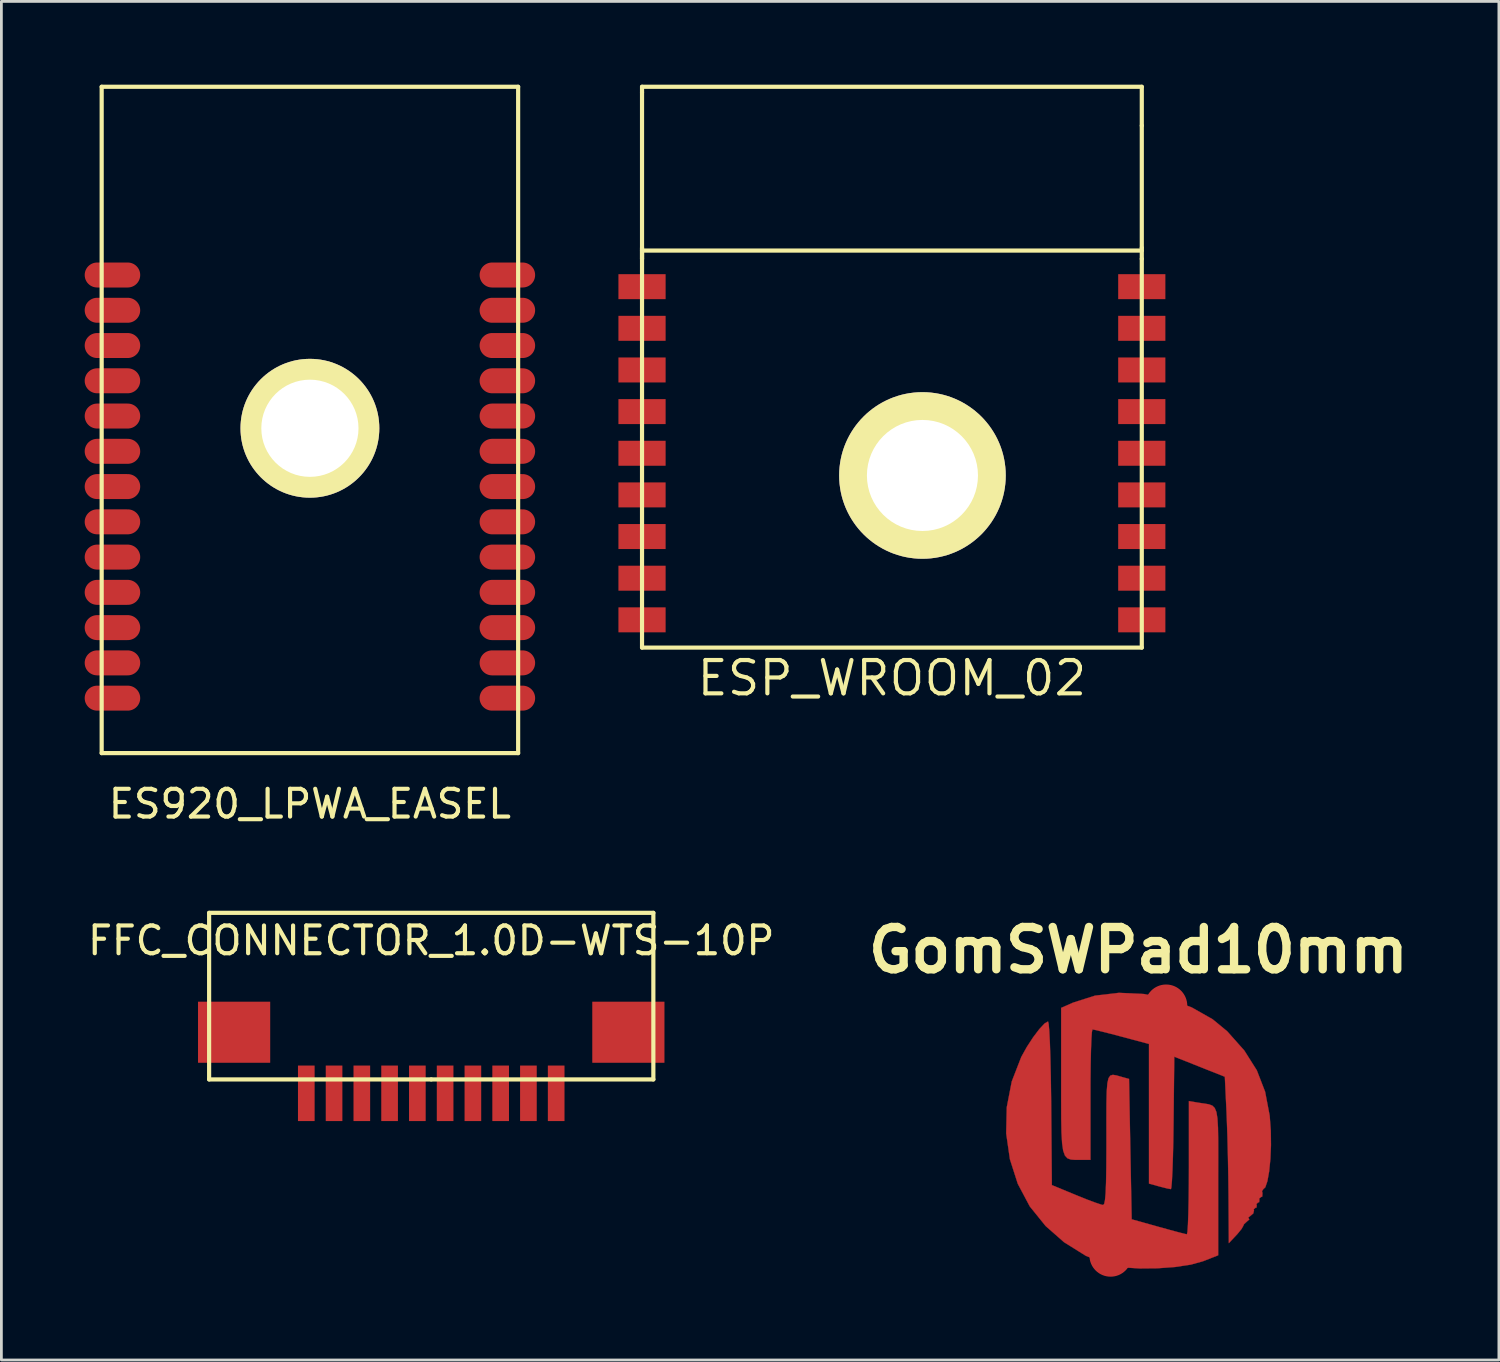
<source format=kicad_pcb>
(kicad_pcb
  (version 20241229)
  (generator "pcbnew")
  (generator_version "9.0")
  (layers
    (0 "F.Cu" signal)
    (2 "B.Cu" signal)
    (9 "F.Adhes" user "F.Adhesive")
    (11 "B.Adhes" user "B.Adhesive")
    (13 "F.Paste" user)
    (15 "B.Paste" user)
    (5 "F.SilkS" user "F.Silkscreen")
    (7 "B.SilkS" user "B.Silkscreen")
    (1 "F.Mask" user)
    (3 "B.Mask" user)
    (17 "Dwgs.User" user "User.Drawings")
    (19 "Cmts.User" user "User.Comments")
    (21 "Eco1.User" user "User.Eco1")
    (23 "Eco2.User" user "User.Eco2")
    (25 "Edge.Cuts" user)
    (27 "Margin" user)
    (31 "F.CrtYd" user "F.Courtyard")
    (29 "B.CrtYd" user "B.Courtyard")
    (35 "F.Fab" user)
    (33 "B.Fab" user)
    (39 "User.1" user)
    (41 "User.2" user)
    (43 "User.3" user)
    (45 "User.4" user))
  (footprint "FFC_CONNECTOR_1.0D-WTS-10P"
    (layer "F.Cu")
    (at 12.482 32.828)
    (property "Reference" "FFC_CONNECTOR_1.0D-WTS-10P" (at 0 -2 0) (layer "F.SilkS") (effects (font (size 1 1) (thickness 0.15))))
    (attr through_hole)
    (fp_line (start -8 -3) (end 8 -3) (stroke (width 0.15) (type solid)) (layer "F.SilkS"))
    (fp_line (start -8 3) (end -8 -3) (stroke (width 0.15) (type solid)) (layer "F.SilkS"))
    (fp_line (start 0 3) (end -8 3) (stroke (width 0.15) (type solid)) (layer "F.SilkS"))
    (fp_line (start 8 -3) (end 8 3) (stroke (width 0.15) (type solid)) (layer "F.SilkS"))
    (fp_line (start 8 3) (end 0 3) (stroke (width 0.15) (type solid)) (layer "F.SilkS"))
    (pad "" smd rect (at -7.1 1.3) (size 2.6 2.2) (layers "F.Cu" "F.Mask" "F.Paste"))
    (pad "" smd rect (at 7.1 1.3) (size 2.6 2.2) (layers "F.Cu" "F.Mask" "F.Paste"))
    (pad "1" smd rect (at 4.5 3.5) (size 0.6 2) (layers "F.Cu" "F.Mask" "F.Paste"))
    (pad "2" smd rect (at 3.5 3.5) (size 0.6 2) (layers "F.Cu" "F.Mask" "F.Paste"))
    (pad "3" smd rect (at 2.5 3.5) (size 0.6 2) (layers "F.Cu" "F.Mask" "F.Paste"))
    (pad "4" smd rect (at 1.5 3.5) (size 0.6 2) (layers "F.Cu" "F.Mask" "F.Paste"))
    (pad "5" smd rect (at 0.5 3.5) (size 0.6 2) (layers "F.Cu" "F.Mask" "F.Paste"))
    (pad "6" smd rect (at -0.5 3.5) (size 0.6 2) (layers "F.Cu" "F.Mask" "F.Paste"))
    (pad "7" smd rect (at -1.5 3.5) (size 0.6 2) (layers "F.Cu" "F.Mask" "F.Paste"))
    (pad "8" smd rect (at -2.5 3.5) (size 0.6 2) (layers "F.Cu" "F.Mask" "F.Paste"))
    (pad "9" smd rect (at -3.5 3.5) (size 0.6 2) (layers "F.Cu" "F.Mask" "F.Paste"))
    (pad "10" smd rect (at -4.5 3.5) (size 0.6 2) (layers "F.Cu" "F.Mask" "F.Paste")))
  (footprint "ESP_WROOM_02"
    (layer "F.Cu")
    (at 29.074 13.275)
    (property "Reference" "ESP_WROOM_02" (at 0 8.1 0) (layer "F.SilkS") (effects (font (size 1.2 1.2) (thickness 0.15))))
    (attr through_hole)
    (fp_line (start -9 -13.2) (end 9 -13.2) (stroke (width 0.15) (type solid)) (layer "F.SilkS"))
    (fp_line (start -9 -13) (end -9 -13.2) (stroke (width 0.15) (type solid)) (layer "F.SilkS"))
    (fp_line (start -9 -7.3) (end 9 -7.3) (stroke (width 0.15) (type solid)) (layer "F.SilkS"))
    (fp_line (start -9 -7) (end -9 -13) (stroke (width 0.15) (type solid)) (layer "F.SilkS"))
    (fp_line (start -9 -7) (end -9 -7.4) (stroke (width 0.15) (type solid)) (layer "F.SilkS"))
    (fp_line (start -9 7) (end -9 -7) (stroke (width 0.15) (type solid)) (layer "F.SilkS"))
    (fp_line (start -9 7) (end 9 7) (stroke (width 0.15) (type solid)) (layer "F.SilkS"))
    (fp_line (start 9 -13.2) (end 9 -11.8) (stroke (width 0.15) (type solid)) (layer "F.SilkS"))
    (fp_line (start 9 -7.4) (end 9 -11.8) (stroke (width 0.15) (type solid)) (layer "F.SilkS"))
    (fp_line (start 9 -7.4) (end 9 -7) (stroke (width 0.15) (type solid)) (layer "F.SilkS"))
    (fp_line (start 9 -7) (end 9 7) (stroke (width 0.15) (type solid)) (layer "F.SilkS"))
    (pad "1" smd rect (at -9 -6 270) (size 0.9 1.7) (layers "F.Cu" "F.Mask" "F.Paste"))
    (pad "2" smd rect (at -9 -4.5 270) (size 0.9 1.7) (layers "F.Cu" "F.Mask" "F.Paste"))
    (pad "3" smd rect (at -9 -3 270) (size 0.9 1.7) (layers "F.Cu" "F.Mask" "F.Paste"))
    (pad "4" smd rect (at -9 -1.5 270) (size 0.9 1.7) (layers "F.Cu" "F.Mask" "F.Paste"))
    (pad "5" smd rect (at -9 0 270) (size 0.9 1.7) (layers "F.Cu" "F.Mask" "F.Paste"))
    (pad "6" smd rect (at -9 1.5 270) (size 0.9 1.7) (layers "F.Cu" "F.Mask" "F.Paste"))
    (pad "7" smd rect (at -9 3 270) (size 0.9 1.7) (layers "F.Cu" "F.Mask" "F.Paste"))
    (pad "8" smd rect (at -9 4.5 270) (size 0.9 1.7) (layers "F.Cu" "F.Mask" "F.Paste"))
    (pad "9" smd rect (at -9 6 270) (size 0.9 1.7) (layers "F.Cu" "F.Mask" "F.Paste"))
    (pad "10" smd rect (at 9 6 270) (size 0.9 1.7) (layers "F.Cu" "F.Mask" "F.Paste"))
    (pad "11" smd rect (at 9 4.5 270) (size 0.9 1.7) (layers "F.Cu" "F.Mask" "F.Paste"))
    (pad "12" smd rect (at 9 3 270) (size 0.9 1.7) (layers "F.Cu" "F.Mask" "F.Paste"))
    (pad "13" smd rect (at 9 1.5 270) (size 0.9 1.7) (layers "F.Cu" "F.Mask" "F.Paste"))
    (pad "14" smd rect (at 9 0 270) (size 0.9 1.7) (layers "F.Cu" "F.Mask" "F.Paste"))
    (pad "15" smd rect (at 9 -1.5 270) (size 0.9 1.7) (layers "F.Cu" "F.Mask" "F.Paste"))
    (pad "16" smd rect (at 9 -3 270) (size 0.9 1.7) (layers "F.Cu" "F.Mask" "F.Paste"))
    (pad "17" smd rect (at 9 -4.5 270) (size 0.9 1.7) (layers "F.Cu" "F.Mask" "F.Paste"))
    (pad "18" smd rect (at 9 -6 270) (size 0.9 1.7) (layers "F.Cu" "F.Mask" "F.Paste"))
    (pad "24" thru_hole circle (at 1.1 0.8) (size 6 6) (drill 4) (layers "*.Cu" "*.Mask" "F.SilkS")))
  (footprint "GomSWPad10mm"
    (layer "F.Cu")
    (at 37.95 37.671)
    (property "Reference" "GomSWPad10mm" (at 0 -6.5 0) (layer "F.SilkS") (effects (font (size 1.524 1.524) (thickness 0.3))))
    (attr through_hole)
    (fp_poly (pts (xy -3.229 -3.837) (xy -3.207 -3.573) (xy -3.186 -3.156) (xy -3.168 -2.608) (xy -3.153 -1.946) (xy -3.142 -1.193) (xy -3.14 -0.984) (xy -3.115 1.963) (xy -2.252 2.32) (xy -1.87 2.474) (xy -1.547 2.595) (xy -1.33 2.667) (xy -1.27 2.68) (xy -1.231 2.639) (xy -1.201 2.5) (xy -1.178 2.247) (xy -1.163 1.86) (xy -1.154 1.324) (xy -1.15 0.62) (xy -1.15 0.335) (xy -1.151 -0.41) (xy -1.149 -0.984) (xy -1.139 -1.408) (xy -1.116 -1.702) (xy -1.075 -1.886) (xy -1.01 -1.981) (xy -0.916 -2.009) (xy -0.789 -1.988) (xy -0.623 -1.941) (xy -0.575 -1.927) (xy -0.335 -1.861) (xy -0.288 0.667) (xy -0.24 3.195) (xy 0.719 3.463) (xy 1.124 3.575) (xy 1.459 3.665) (xy 1.682 3.721) (xy 1.749 3.735) (xy 1.769 3.644) (xy 1.786 3.388) (xy 1.801 2.99) (xy 1.812 2.478) (xy 1.819 1.876) (xy 1.821 1.338) (xy 1.821 -1.063) (xy 2.181 -1.002) (xy 2.384 -0.973) (xy 2.544 -0.946) (xy 2.665 -0.9) (xy 2.752 -0.814) (xy 2.812 -0.667) (xy 2.849 -0.438) (xy 2.869 -0.104) (xy 2.876 0.355) (xy 2.877 0.961) (xy 2.875 1.736) (xy 2.875 1.821) (xy 2.875 4.491) (xy 2.324 4.707) (xy 1.887 4.828) (xy 1.322 4.913) (xy 0.689 4.959) (xy 0.048 4.965) (xy -0.539 4.928) (xy -1.014 4.845) (xy -1.032 4.84) (xy -1.886 4.513) (xy -2.677 4.019) (xy -3.339 3.437) (xy -3.911 2.729) (xy -4.342 1.917) (xy -4.626 1.032) (xy -4.76 0.102) (xy -4.739 -0.842) (xy -4.559 -1.771) (xy -4.216 -2.654) (xy -4.215 -2.656) (xy -4.014 -3.016) (xy -3.788 -3.363) (xy -3.565 -3.657) (xy -3.376 -3.859) (xy -3.253 -3.93) (xy -3.229 -3.837)) (stroke (width 0.01) (type solid)) (fill yes) (layer "F.Cu"))
    (fp_poly (pts (xy 0.195 -4.92) (xy 1.081 -4.743) (xy 1.921 -4.437) (xy 2.674 -4.011) (xy 3.2 -3.577) (xy 3.818 -2.882) (xy 4.268 -2.17) (xy 4.566 -1.4) (xy 4.731 -0.534) (xy 4.771 0.008) (xy 4.777 0.526) (xy 4.756 1.023) (xy 4.712 1.465) (xy 4.649 1.817) (xy 4.573 2.042) (xy 4.501 2.109) (xy 4.454 2.179) (xy 4.47 2.252) (xy 4.463 2.375) (xy 4.414 2.396) (xy 4.347 2.454) (xy 4.361 2.492) (xy 4.35 2.58) (xy 4.313 2.588) (xy 4.251 2.646) (xy 4.265 2.684) (xy 4.255 2.772) (xy 4.217 2.78) (xy 4.153 2.837) (xy 4.166 2.87) (xy 4.141 2.982) (xy 4.052 3.058) (xy 3.955 3.137) (xy 3.978 3.162) (xy 3.995 3.204) (xy 3.93 3.257) (xy 3.805 3.372) (xy 3.784 3.423) (xy 3.722 3.535) (xy 3.572 3.72) (xy 3.52 3.776) (xy 3.259 4.054) (xy 3.248 2.338) (xy 3.24 1.659) (xy 3.226 0.929) (xy 3.208 0.217) (xy 3.186 -0.406) (xy 3.176 -0.658) (xy 3.115 -1.939) (xy 2.205 -2.301) (xy 1.294 -2.663) (xy 1.268 -0.277) (xy 1.259 0.376) (xy 1.245 0.961) (xy 1.228 1.453) (xy 1.209 1.824) (xy 1.189 2.05) (xy 1.173 2.108) (xy 1.042 2.084) (xy 0.807 2.025) (xy 0.743 2.008) (xy 0.383 1.908) (xy 0.383 -3.121) (xy -0.599 -3.383) (xy -1.01 -3.491) (xy -1.35 -3.577) (xy -1.58 -3.631) (xy -1.653 -3.644) (xy -1.673 -3.552) (xy -1.691 -3.294) (xy -1.706 -2.897) (xy -1.717 -2.385) (xy -1.724 -1.786) (xy -1.725 -1.294) (xy -1.725 1.054) (xy -2.067 1.054) (xy -2.271 1.055) (xy -2.432 1.042) (xy -2.554 0.997) (xy -2.644 0.898) (xy -2.707 0.725) (xy -2.746 0.459) (xy -2.768 0.078) (xy -2.778 -0.437) (xy -2.78 -1.108) (xy -2.78 -1.782) (xy -2.78 -4.42) (xy -2.351 -4.609) (xy -1.56 -4.861) (xy -0.698 -4.962) (xy 0.195 -4.92)) (stroke (width 0.01) (type solid)) (fill yes) (layer "F.Cu"))
    (pad "1" smd circle (at -1 4.5) (size 1.524 1.524) (layers "F.Cu" "F.Mask" "F.Paste"))
    (pad "2" smd circle (at 1 -4.5) (size 1.524 1.524) (layers "F.Cu" "F.Mask" "F.Paste")))
  (footprint "ES920_LPWA_EASEL"
    (layer "F.Cu")
    (at 8.112 14.475)
    (property "Reference" "ES920_LPWA_EASEL" (at 0 11.43 0) (layer "F.SilkS") (effects (font (size 1 1) (thickness 0.15))))
    (attr through_hole)
    (fp_line (start -7.5 -14.4) (end 7.5 -14.4) (stroke (width 0.15) (type solid)) (layer "F.SilkS"))
    (fp_line (start -7.5 9.6) (end -7.5 -14.4) (stroke (width 0.15) (type solid)) (layer "F.SilkS"))
    (fp_line (start 7.5 9.6) (end -7.5 9.6) (stroke (width 0.15) (type solid)) (layer "F.SilkS"))
    (fp_line (start 7.5 9.6) (end 7.5 -14.4) (stroke (width 0.15) (type solid)) (layer "F.SilkS"))
    (pad "1" smd oval (at -7.112 -7.62) (size 2 0.9) (layers "F.Cu" "F.Mask" "F.Paste"))
    (pad "2" smd oval (at -7.112 -6.35) (size 2 0.9) (layers "F.Cu" "F.Mask" "F.Paste"))
    (pad "3" smd oval (at -7.112 -5.08) (size 2 0.9) (layers "F.Cu" "F.Mask" "F.Paste"))
    (pad "4" smd oval (at -7.112 -3.81) (size 2 0.9) (layers "F.Cu" "F.Mask" "F.Paste"))
    (pad "5" smd oval (at -7.112 -2.54) (size 2 0.9) (layers "F.Cu" "F.Mask" "F.Paste"))
    (pad "6" smd oval (at -7.112 -1.27) (size 2 0.9) (layers "F.Cu" "F.Mask" "F.Paste"))
    (pad "7" smd oval (at -7.112 0) (size 2 0.9) (layers "F.Cu" "F.Mask" "F.Paste"))
    (pad "8" smd oval (at -7.112 1.27) (size 2 0.9) (layers "F.Cu" "F.Mask" "F.Paste"))
    (pad "9" smd oval (at -7.112 2.54) (size 2 0.9) (layers "F.Cu" "F.Mask" "F.Paste"))
    (pad "10" smd oval (at -7.112 3.81) (size 2 0.9) (layers "F.Cu" "F.Mask" "F.Paste"))
    (pad "11" smd oval (at -7.112 5.08) (size 2 0.9) (layers "F.Cu" "F.Mask" "F.Paste"))
    (pad "12" smd oval (at -7.112 6.35) (size 2 0.9) (layers "F.Cu" "F.Mask" "F.Paste"))
    (pad "13" smd oval (at -7.112 7.62) (size 2 0.9) (layers "F.Cu" "F.Mask" "F.Paste"))
    (pad "14" smd oval (at 7.112 7.62) (size 2 0.9) (layers "F.Cu" "F.Mask" "F.Paste"))
    (pad "15" smd oval (at 7.112 6.35) (size 2 0.9) (layers "F.Cu" "F.Mask" "F.Paste"))
    (pad "16" smd oval (at 7.112 5.08) (size 2 0.9) (layers "F.Cu" "F.Mask" "F.Paste"))
    (pad "17" smd oval (at 7.112 3.81) (size 2 0.9) (layers "F.Cu" "F.Mask" "F.Paste"))
    (pad "18" smd oval (at 7.112 2.54) (size 2 0.9) (layers "F.Cu" "F.Mask" "F.Paste"))
    (pad "19" smd oval (at 7.112 1.27) (size 2 0.9) (layers "F.Cu" "F.Mask" "F.Paste"))
    (pad "20" smd oval (at 7.112 0) (size 2 0.9) (layers "F.Cu" "F.Mask" "F.Paste"))
    (pad "21" smd oval (at 7.112 -1.27) (size 2 0.9) (layers "F.Cu" "F.Mask" "F.Paste"))
    (pad "22" smd oval (at 7.112 -2.54) (size 2 0.9) (layers "F.Cu" "F.Mask" "F.Paste"))
    (pad "23" smd oval (at 7.112 -3.81) (size 2 0.9) (layers "F.Cu" "F.Mask" "F.Paste"))
    (pad "24" smd oval (at 7.112 -5.08) (size 2 0.9) (layers "F.Cu" "F.Mask" "F.Paste"))
    (pad "25" smd oval (at 7.112 -6.35) (size 2 0.9) (layers "F.Cu" "F.Mask" "F.Paste"))
    (pad "26" smd oval (at 7.112 -7.62) (size 2 0.9) (layers "F.Cu" "F.Mask" "F.Paste"))
    (pad "27" thru_hole oval (at 0 -2.1) (size 5 5) (drill 3.5) (layers "*.Cu" "*.Mask" "F.SilkS")))
  (gr_rect
    (start -3 -3)
    (end 50.936 45.933)
    (stroke (width 0.1) (type default))
    (fill no)
    (layer "Edge.Cuts")))
</source>
